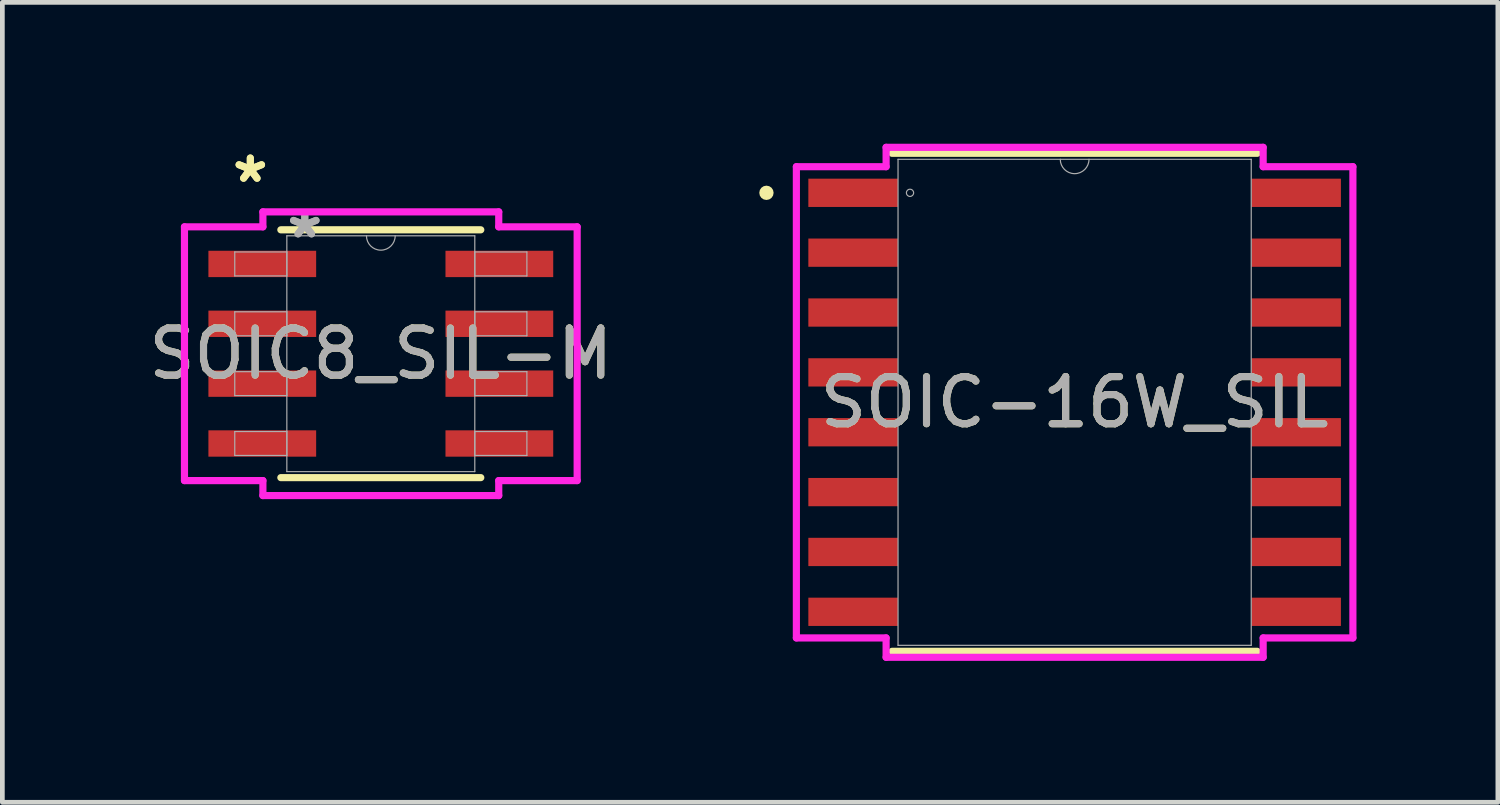
<source format=kicad_pcb>
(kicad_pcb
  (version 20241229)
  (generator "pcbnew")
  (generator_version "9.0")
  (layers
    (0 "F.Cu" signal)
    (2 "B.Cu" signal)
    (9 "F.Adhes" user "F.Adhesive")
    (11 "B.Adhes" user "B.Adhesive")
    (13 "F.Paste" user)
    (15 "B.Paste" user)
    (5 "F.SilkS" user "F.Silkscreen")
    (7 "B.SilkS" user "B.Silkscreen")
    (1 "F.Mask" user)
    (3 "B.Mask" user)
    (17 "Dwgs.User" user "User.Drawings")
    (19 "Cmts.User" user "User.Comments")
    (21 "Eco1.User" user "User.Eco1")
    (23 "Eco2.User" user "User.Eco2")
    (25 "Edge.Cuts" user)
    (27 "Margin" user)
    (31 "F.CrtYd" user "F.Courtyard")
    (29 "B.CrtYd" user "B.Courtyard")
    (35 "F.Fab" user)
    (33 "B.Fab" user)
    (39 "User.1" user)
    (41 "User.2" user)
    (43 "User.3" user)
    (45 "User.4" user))
  (footprint "SOIC8_SIL-M"
    (layer "F.Cu")
    (at 5.03 4.455)
    (property "Reference" "SOIC8_SIL-M" (at 0 0 0) (unlocked yes) (layer "F.SilkS") (effects (font (size 1 1) (thickness 0.15))))
    (attr smd)
    (fp_line (start -2.121 2.629) (end 2.121 2.629) (stroke (width 0.152) (type solid)) (layer "F.SilkS"))
    (fp_line (start 2.121 -2.629) (end -2.121 -2.629) (stroke (width 0.152) (type solid)) (layer "F.SilkS"))
    (fp_line (start -4.166 -2.692) (end -2.502 -2.692) (stroke (width 0.152) (type solid)) (layer "F.CrtYd"))
    (fp_line (start -4.166 2.692) (end -4.166 -2.692) (stroke (width 0.152) (type solid)) (layer "F.CrtYd"))
    (fp_line (start -4.166 2.692) (end -2.502 2.692) (stroke (width 0.152) (type solid)) (layer "F.CrtYd"))
    (fp_line (start -2.502 -3.01) (end 2.502 -3.01) (stroke (width 0.152) (type solid)) (layer "F.CrtYd"))
    (fp_line (start -2.502 -2.692) (end -2.502 -3.01) (stroke (width 0.152) (type solid)) (layer "F.CrtYd"))
    (fp_line (start -2.502 3.01) (end -2.502 2.692) (stroke (width 0.152) (type solid)) (layer "F.CrtYd"))
    (fp_line (start 2.502 -3.01) (end 2.502 -2.692) (stroke (width 0.152) (type solid)) (layer "F.CrtYd"))
    (fp_line (start 2.502 2.692) (end 2.502 3.01) (stroke (width 0.152) (type solid)) (layer "F.CrtYd"))
    (fp_line (start 2.502 3.01) (end -2.502 3.01) (stroke (width 0.152) (type solid)) (layer "F.CrtYd"))
    (fp_line (start 4.166 -2.692) (end 2.502 -2.692) (stroke (width 0.152) (type solid)) (layer "F.CrtYd"))
    (fp_line (start 4.166 -2.692) (end 4.166 2.692) (stroke (width 0.152) (type solid)) (layer "F.CrtYd"))
    (fp_line (start 4.166 2.692) (end 2.502 2.692) (stroke (width 0.152) (type solid)) (layer "F.CrtYd"))
    (fp_line (start -3.099 -2.159) (end -3.099 -1.651) (stroke (width 0.025) (type solid)) (layer "F.Fab"))
    (fp_line (start -3.099 -1.651) (end -1.994 -1.651) (stroke (width 0.025) (type solid)) (layer "F.Fab"))
    (fp_line (start -3.099 -0.889) (end -3.099 -0.381) (stroke (width 0.025) (type solid)) (layer "F.Fab"))
    (fp_line (start -3.099 -0.381) (end -1.994 -0.381) (stroke (width 0.025) (type solid)) (layer "F.Fab"))
    (fp_line (start -3.099 0.381) (end -3.099 0.889) (stroke (width 0.025) (type solid)) (layer "F.Fab"))
    (fp_line (start -3.099 0.889) (end -1.994 0.889) (stroke (width 0.025) (type solid)) (layer "F.Fab"))
    (fp_line (start -3.099 1.651) (end -3.099 2.159) (stroke (width 0.025) (type solid)) (layer "F.Fab"))
    (fp_line (start -3.099 2.159) (end -1.994 2.159) (stroke (width 0.025) (type solid)) (layer "F.Fab"))
    (fp_line (start -1.994 -2.502) (end -1.994 2.502) (stroke (width 0.025) (type solid)) (layer "F.Fab"))
    (fp_line (start -1.994 -2.159) (end -3.099 -2.159) (stroke (width 0.025) (type solid)) (layer "F.Fab"))
    (fp_line (start -1.994 -1.651) (end -1.994 -2.159) (stroke (width 0.025) (type solid)) (layer "F.Fab"))
    (fp_line (start -1.994 -0.889) (end -3.099 -0.889) (stroke (width 0.025) (type solid)) (layer "F.Fab"))
    (fp_line (start -1.994 -0.381) (end -1.994 -0.889) (stroke (width 0.025) (type solid)) (layer "F.Fab"))
    (fp_line (start -1.994 0.381) (end -3.099 0.381) (stroke (width 0.025) (type solid)) (layer "F.Fab"))
    (fp_line (start -1.994 0.889) (end -1.994 0.381) (stroke (width 0.025) (type solid)) (layer "F.Fab"))
    (fp_line (start -1.994 1.651) (end -3.099 1.651) (stroke (width 0.025) (type solid)) (layer "F.Fab"))
    (fp_line (start -1.994 2.159) (end -1.994 1.651) (stroke (width 0.025) (type solid)) (layer "F.Fab"))
    (fp_line (start -1.994 2.502) (end 1.994 2.502) (stroke (width 0.025) (type solid)) (layer "F.Fab"))
    (fp_line (start 1.994 -2.502) (end -1.994 -2.502) (stroke (width 0.025) (type solid)) (layer "F.Fab"))
    (fp_line (start 1.994 -2.159) (end 1.994 -1.651) (stroke (width 0.025) (type solid)) (layer "F.Fab"))
    (fp_line (start 1.994 -1.651) (end 3.099 -1.651) (stroke (width 0.025) (type solid)) (layer "F.Fab"))
    (fp_line (start 1.994 -0.889) (end 1.994 -0.381) (stroke (width 0.025) (type solid)) (layer "F.Fab"))
    (fp_line (start 1.994 -0.381) (end 3.099 -0.381) (stroke (width 0.025) (type solid)) (layer "F.Fab"))
    (fp_line (start 1.994 0.381) (end 1.994 0.889) (stroke (width 0.025) (type solid)) (layer "F.Fab"))
    (fp_line (start 1.994 0.889) (end 3.099 0.889) (stroke (width 0.025) (type solid)) (layer "F.Fab"))
    (fp_line (start 1.994 1.651) (end 1.994 2.159) (stroke (width 0.025) (type solid)) (layer "F.Fab"))
    (fp_line (start 1.994 2.159) (end 3.099 2.159) (stroke (width 0.025) (type solid)) (layer "F.Fab"))
    (fp_line (start 1.994 2.502) (end 1.994 -2.502) (stroke (width 0.025) (type solid)) (layer "F.Fab"))
    (fp_line (start 3.099 -2.159) (end 1.994 -2.159) (stroke (width 0.025) (type solid)) (layer "F.Fab"))
    (fp_line (start 3.099 -1.651) (end 3.099 -2.159) (stroke (width 0.025) (type solid)) (layer "F.Fab"))
    (fp_line (start 3.099 -0.889) (end 1.994 -0.889) (stroke (width 0.025) (type solid)) (layer "F.Fab"))
    (fp_line (start 3.099 -0.381) (end 3.099 -0.889) (stroke (width 0.025) (type solid)) (layer "F.Fab"))
    (fp_line (start 3.099 0.381) (end 1.994 0.381) (stroke (width 0.025) (type solid)) (layer "F.Fab"))
    (fp_line (start 3.099 0.889) (end 3.099 0.381) (stroke (width 0.025) (type solid)) (layer "F.Fab"))
    (fp_line (start 3.099 1.651) (end 1.994 1.651) (stroke (width 0.025) (type solid)) (layer "F.Fab"))
    (fp_line (start 3.099 2.159) (end 3.099 1.651) (stroke (width 0.025) (type solid)) (layer "F.Fab"))
    (fp_arc (start 0.3048 -2.5019) (mid 0 -2.1971) (end -0.3048 -2.5019) (stroke (width 0.0254) (type solid)) (layer "F.Fab"))
    (fp_text user "*" (at -2.769 -3.607 0) (unlocked yes) (layer "F.SilkS") (effects (font (size 1 1) (thickness 0.15))))
    (fp_text user "*" (at -2.769 -3.607 0) (layer "F.SilkS") (effects (font (size 1 1) (thickness 0.15))))
    (fp_text user "*" (at -1.613 -2.426 0) (layer "F.Fab") (effects (font (size 1 1) (thickness 0.15))))
    (fp_text user "*" (at -1.613 -2.426 0) (unlocked yes) (layer "F.Fab") (effects (font (size 1 1) (thickness 0.15))))
    (fp_text user "${REFERENCE}" (at 0 0 0) (unlocked yes) (layer "F.Fab") (effects (font (size 1 1) (thickness 0.15))))
    (pad "1" smd rect (at -2.515 -1.905) (size 2.286 0.559) (layers "F.Cu" "F.Mask" "F.Paste"))
    (pad "2" smd rect (at -2.515 -0.635) (size 2.286 0.559) (layers "F.Cu" "F.Mask" "F.Paste"))
    (pad "3" smd rect (at -2.515 0.635) (size 2.286 0.559) (layers "F.Cu" "F.Mask" "F.Paste"))
    (pad "4" smd rect (at -2.515 1.905) (size 2.286 0.559) (layers "F.Cu" "F.Mask" "F.Paste"))
    (pad "5" smd rect (at 2.515 1.905) (size 2.286 0.559) (layers "F.Cu" "F.Mask" "F.Paste"))
    (pad "6" smd rect (at 2.515 0.635) (size 2.286 0.559) (layers "F.Cu" "F.Mask" "F.Paste"))
    (pad "7" smd rect (at 2.515 -0.635) (size 2.286 0.559) (layers "F.Cu" "F.Mask" "F.Paste"))
    (pad "8" smd rect (at 2.515 -1.905) (size 2.286 0.559) (layers "F.Cu" "F.Mask" "F.Paste")))
  (footprint "SOIC-16W_SIL"
    (layer "F.Cu")
    (at 19.751 5.486)
    (property "Reference" "SOIC-16W_SIL" (at 0 0 0) (unlocked yes) (layer "F.SilkS") (effects (font (size 1 1) (thickness 0.15))))
    (attr smd)
    (fp_line (start -3.873 5.283) (end 3.873 5.283) (stroke (width 0.152) (type solid)) (layer "F.SilkS"))
    (fp_line (start 3.873 -5.283) (end -3.873 -5.283) (stroke (width 0.152) (type solid)) (layer "F.SilkS"))
    (fp_circle (center -6.539 -4.445) (end -6.463 -4.445) (stroke (width 0.152) (type solid)) (fill no) (layer "F.SilkS"))
    (fp_line (start -5.904 -4.999) (end -4 -4.999) (stroke (width 0.152) (type solid)) (layer "F.CrtYd"))
    (fp_line (start -5.904 4.999) (end -5.904 -4.999) (stroke (width 0.152) (type solid)) (layer "F.CrtYd"))
    (fp_line (start -5.904 4.999) (end -4 4.999) (stroke (width 0.152) (type solid)) (layer "F.CrtYd"))
    (fp_line (start -4 -5.41) (end 4 -5.41) (stroke (width 0.152) (type solid)) (layer "F.CrtYd"))
    (fp_line (start -4 -4.999) (end -4 -5.41) (stroke (width 0.152) (type solid)) (layer "F.CrtYd"))
    (fp_line (start -4 5.41) (end -4 4.999) (stroke (width 0.152) (type solid)) (layer "F.CrtYd"))
    (fp_line (start 4 -5.41) (end 4 -4.999) (stroke (width 0.152) (type solid)) (layer "F.CrtYd"))
    (fp_line (start 4 4.999) (end 4 5.41) (stroke (width 0.152) (type solid)) (layer "F.CrtYd"))
    (fp_line (start 4 5.41) (end -4 5.41) (stroke (width 0.152) (type solid)) (layer "F.CrtYd"))
    (fp_line (start 5.904 -4.999) (end 4 -4.999) (stroke (width 0.152) (type solid)) (layer "F.CrtYd"))
    (fp_line (start 5.904 -4.999) (end 5.904 4.999) (stroke (width 0.152) (type solid)) (layer "F.CrtYd"))
    (fp_line (start 5.904 4.999) (end 4 4.999) (stroke (width 0.152) (type solid)) (layer "F.CrtYd"))
    (fp_line (start -3.747 -5.156) (end -3.747 5.156) (stroke (width 0.025) (type solid)) (layer "F.Fab"))
    (fp_line (start -3.747 5.156) (end 3.747 5.156) (stroke (width 0.025) (type solid)) (layer "F.Fab"))
    (fp_line (start 3.747 -5.156) (end -3.747 -5.156) (stroke (width 0.025) (type solid)) (layer "F.Fab"))
    (fp_line (start 3.747 5.156) (end 3.747 -5.156) (stroke (width 0.025) (type solid)) (layer "F.Fab"))
    (fp_arc (start 0.3048 -5.1562) (mid 0 -4.8514) (end -0.3048 -5.1562) (stroke (width 0.0254) (type solid)) (layer "F.Fab"))
    (fp_circle (center -3.493 -4.445) (end -3.416 -4.445) (stroke (width 0.025) (type solid)) (fill no) (layer "F.Fab"))
    (fp_text user "${REFERENCE}" (at 0 0 0) (unlocked yes) (layer "F.Fab") (effects (font (size 1 1) (thickness 0.15))))
    (pad "1" smd rect (at -4.7 -4.445) (size 1.9 0.6) (layers "F.Cu" "F.Mask" "F.Paste"))
    (pad "2" smd rect (at -4.7 -3.175) (size 1.9 0.6) (layers "F.Cu" "F.Mask" "F.Paste"))
    (pad "3" smd rect (at -4.7 -1.905) (size 1.9 0.6) (layers "F.Cu" "F.Mask" "F.Paste"))
    (pad "4" smd rect (at -4.7 -0.635) (size 1.9 0.6) (layers "F.Cu" "F.Mask" "F.Paste"))
    (pad "5" smd rect (at -4.7 0.635) (size 1.9 0.6) (layers "F.Cu" "F.Mask" "F.Paste"))
    (pad "6" smd rect (at -4.7 1.905) (size 1.9 0.6) (layers "F.Cu" "F.Mask" "F.Paste"))
    (pad "7" smd rect (at -4.7 3.175) (size 1.9 0.6) (layers "F.Cu" "F.Mask" "F.Paste"))
    (pad "8" smd rect (at -4.7 4.445) (size 1.9 0.6) (layers "F.Cu" "F.Mask" "F.Paste"))
    (pad "9" smd rect (at 4.7 4.445) (size 1.9 0.6) (layers "F.Cu" "F.Mask" "F.Paste"))
    (pad "10" smd rect (at 4.7 3.175) (size 1.9 0.6) (layers "F.Cu" "F.Mask" "F.Paste"))
    (pad "11" smd rect (at 4.7 1.905) (size 1.9 0.6) (layers "F.Cu" "F.Mask" "F.Paste"))
    (pad "12" smd rect (at 4.7 0.635) (size 1.9 0.6) (layers "F.Cu" "F.Mask" "F.Paste"))
    (pad "13" smd rect (at 4.7 -0.635) (size 1.9 0.6) (layers "F.Cu" "F.Mask" "F.Paste"))
    (pad "14" smd rect (at 4.7 -1.905) (size 1.9 0.6) (layers "F.Cu" "F.Mask" "F.Paste"))
    (pad "15" smd rect (at 4.7 -3.175) (size 1.9 0.6) (layers "F.Cu" "F.Mask" "F.Paste"))
    (pad "16" smd rect (at 4.7 -4.445) (size 1.9 0.6) (layers "F.Cu" "F.Mask" "F.Paste")))
  (gr_rect
    (start -3 -3)
    (end 28.731 13.973)
    (stroke (width 0.1) (type default))
    (fill no)
    (layer "Edge.Cuts")))
</source>
